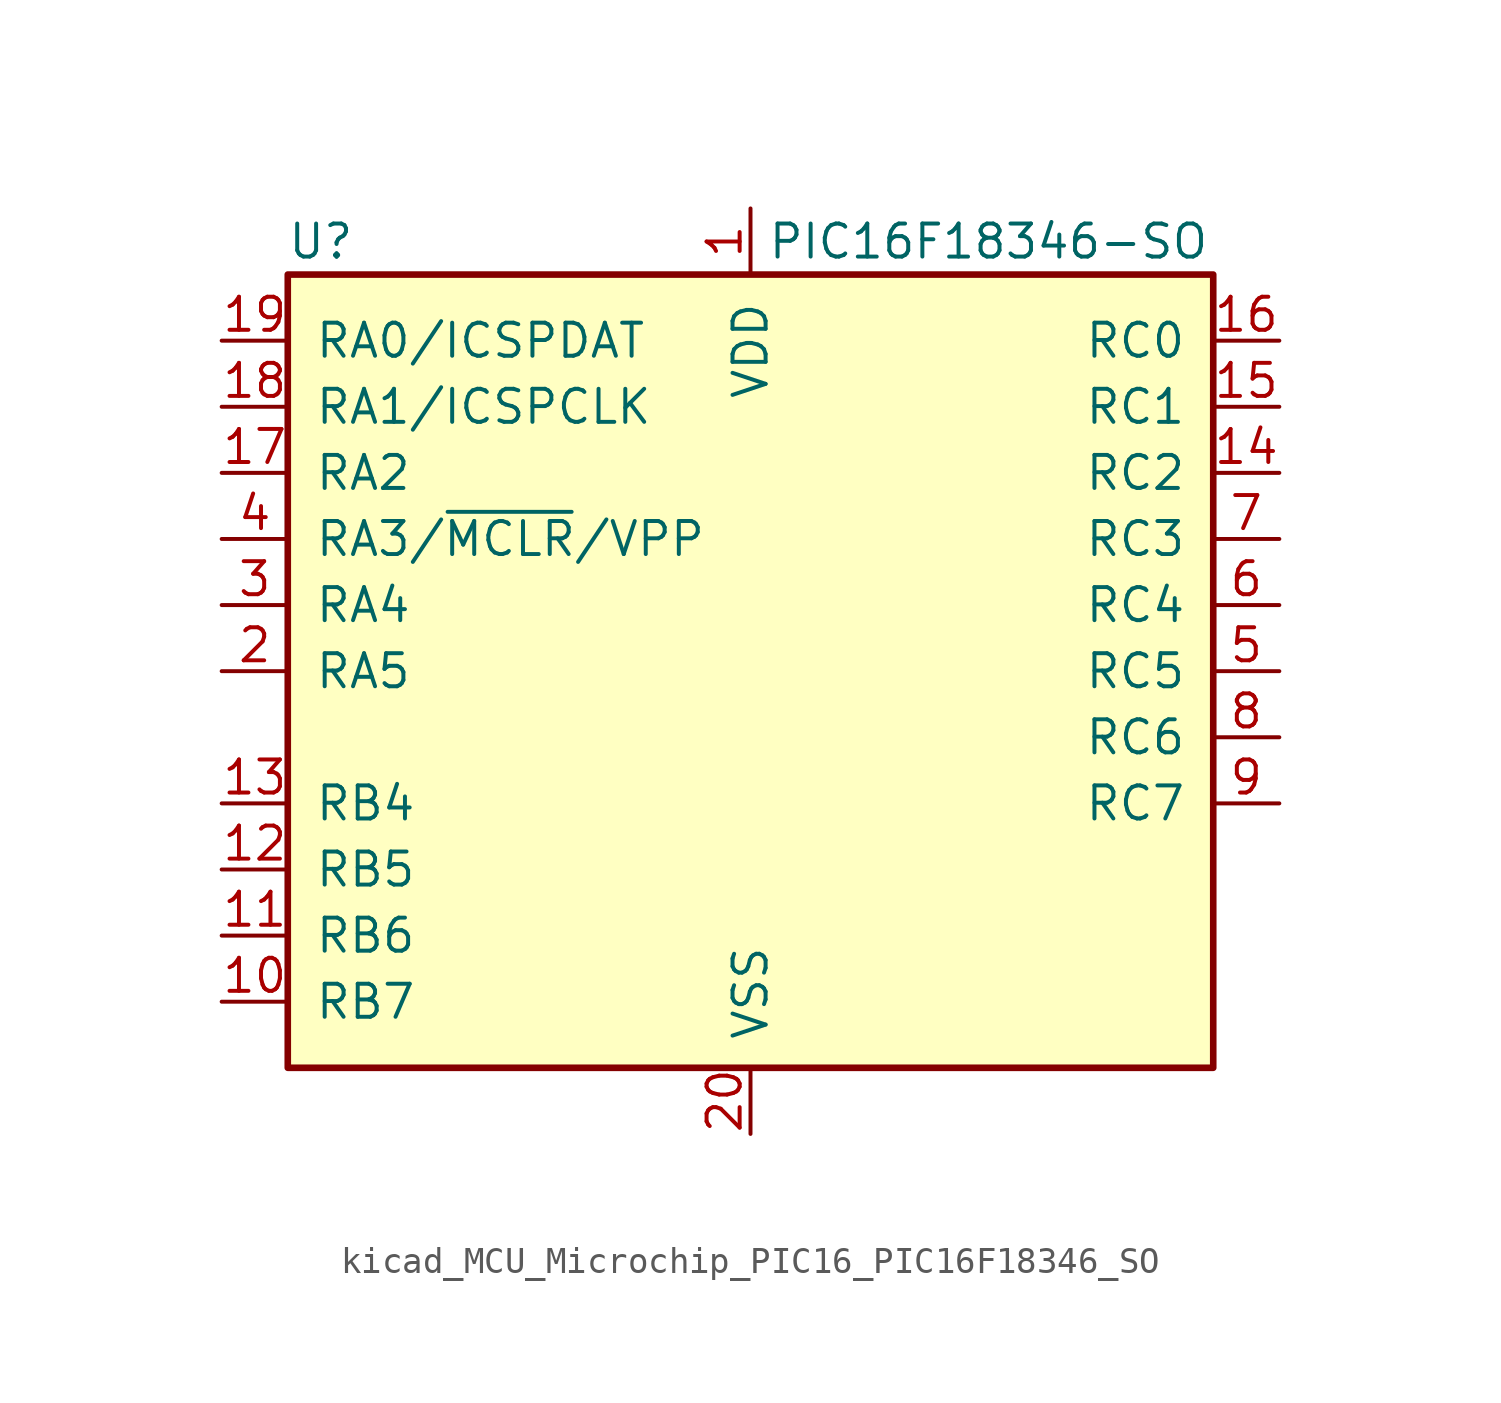
<source format=kicad_sym>
(kicad_symbol_lib
  (version 20220914)
  (generator kicad_symbol_editor)
  (symbol "kicad_MCU_Microchip_PIC16_PIC16F18346_SO"
    (pin_names
      (offset 1.016))
    (property "Reference" "U"
      (at -16.51 16.51 0)
      (effects (font (size 1.27 1.27))))
    (property "Value" "PIC16F18346-SO"
      (at 9.144 16.51 0)
      (effects (font (size 1.27 1.27))))
    (symbol "kicad_MCU_Microchip_PIC16_PIC16F18346_SO_0_1"
      (rectangle (start -17.78 15.24) (end 17.78 -15.24) (stroke (width 0.254) (type default)) (fill (type background))))
    (symbol "kicad_MCU_Microchip_PIC16_PIC16F18346_SO_1_1"
      (pin power_in line (at 0 17.78 270) (length 2.54) (name "VDD" (effects (font (size 1.27 1.27)))) (number "1" (effects (font (size 1.27 1.27)))))
      (pin bidirectional line (at -20.32 -12.7 0) (length 2.54) (name "RB7" (effects (font (size 1.27 1.27)))) (number "10" (effects (font (size 1.27 1.27)))))
      (pin bidirectional line (at -20.32 -10.16 0) (length 2.54) (name "RB6" (effects (font (size 1.27 1.27)))) (number "11" (effects (font (size 1.27 1.27)))))
      (pin bidirectional line (at -20.32 -7.62 0) (length 2.54) (name "RB5" (effects (font (size 1.27 1.27)))) (number "12" (effects (font (size 1.27 1.27)))))
      (pin bidirectional line (at -20.32 -5.08 0) (length 2.54) (name "RB4" (effects (font (size 1.27 1.27)))) (number "13" (effects (font (size 1.27 1.27)))))
      (pin bidirectional line (at 20.32 7.62 180) (length 2.54) (name "RC2" (effects (font (size 1.27 1.27)))) (number "14" (effects (font (size 1.27 1.27)))))
      (pin bidirectional line (at 20.32 10.16 180) (length 2.54) (name "RC1" (effects (font (size 1.27 1.27)))) (number "15" (effects (font (size 1.27 1.27)))))
      (pin bidirectional line (at 20.32 12.7 180) (length 2.54) (name "RC0" (effects (font (size 1.27 1.27)))) (number "16" (effects (font (size 1.27 1.27)))))
      (pin bidirectional line (at -20.32 7.62 0) (length 2.54) (name "RA2" (effects (font (size 1.27 1.27)))) (number "17" (effects (font (size 1.27 1.27)))))
      (pin bidirectional line (at -20.32 10.16 0) (length 2.54) (name "RA1/ICSPCLK" (effects (font (size 1.27 1.27)))) (number "18" (effects (font (size 1.27 1.27)))))
      (pin bidirectional line (at -20.32 12.7 0) (length 2.54) (name "RA0/ICSPDAT" (effects (font (size 1.27 1.27)))) (number "19" (effects (font (size 1.27 1.27)))))
      (pin bidirectional line (at -20.32 0 0) (length 2.54) (name "RA5" (effects (font (size 1.27 1.27)))) (number "2" (effects (font (size 1.27 1.27)))))
      (pin power_in line (at 0 -17.78 90) (length 2.54) (name "VSS" (effects (font (size 1.27 1.27)))) (number "20" (effects (font (size 1.27 1.27)))))
      (pin bidirectional line (at -20.32 2.54 0) (length 2.54) (name "RA4" (effects (font (size 1.27 1.27)))) (number "3" (effects (font (size 1.27 1.27)))))
      (pin bidirectional line (at -20.32 5.08 0) (length 2.54) (name "RA3/~{MCLR}/VPP" (effects (font (size 1.27 1.27)))) (number "4" (effects (font (size 1.27 1.27)))))
      (pin bidirectional line (at 20.32 0 180) (length 2.54) (name "RC5" (effects (font (size 1.27 1.27)))) (number "5" (effects (font (size 1.27 1.27)))))
      (pin bidirectional line (at 20.32 2.54 180) (length 2.54) (name "RC4" (effects (font (size 1.27 1.27)))) (number "6" (effects (font (size 1.27 1.27)))))
      (pin bidirectional line (at 20.32 5.08 180) (length 2.54) (name "RC3" (effects (font (size 1.27 1.27)))) (number "7" (effects (font (size 1.27 1.27)))))
      (pin bidirectional line (at 20.32 -2.54 180) (length 2.54) (name "RC6" (effects (font (size 1.27 1.27)))) (number "8" (effects (font (size 1.27 1.27)))))
      (pin bidirectional line (at 20.32 -5.08 180) (length 2.54) (name "RC7" (effects (font (size 1.27 1.27)))) (number "9" (effects (font (size 1.27 1.27))))))))
</source>
